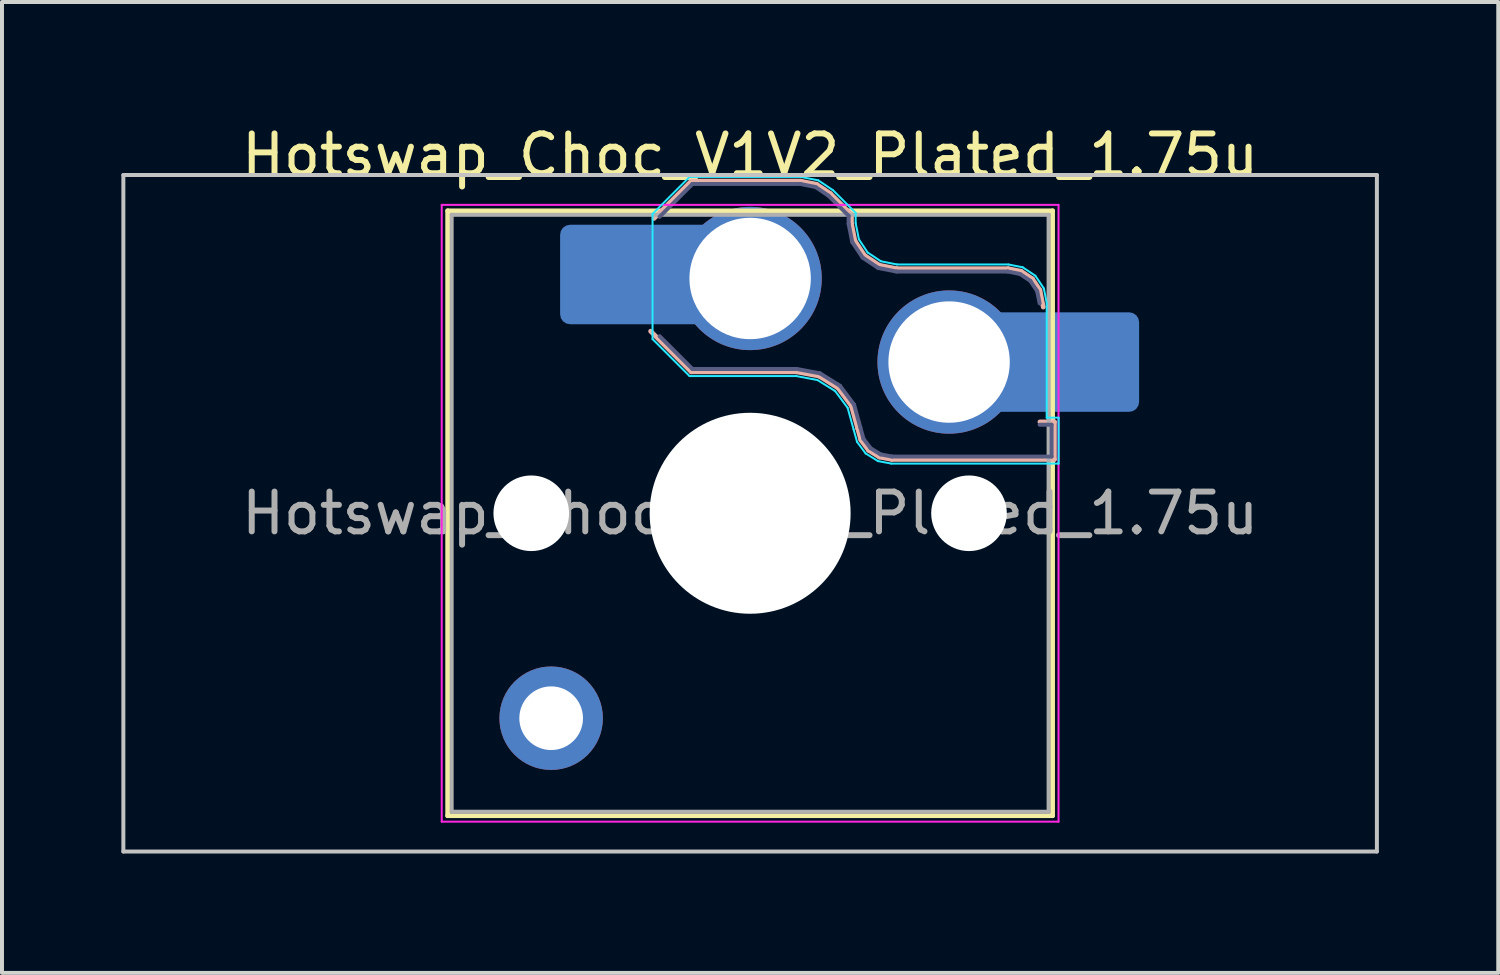
<source format=kicad_pcb>
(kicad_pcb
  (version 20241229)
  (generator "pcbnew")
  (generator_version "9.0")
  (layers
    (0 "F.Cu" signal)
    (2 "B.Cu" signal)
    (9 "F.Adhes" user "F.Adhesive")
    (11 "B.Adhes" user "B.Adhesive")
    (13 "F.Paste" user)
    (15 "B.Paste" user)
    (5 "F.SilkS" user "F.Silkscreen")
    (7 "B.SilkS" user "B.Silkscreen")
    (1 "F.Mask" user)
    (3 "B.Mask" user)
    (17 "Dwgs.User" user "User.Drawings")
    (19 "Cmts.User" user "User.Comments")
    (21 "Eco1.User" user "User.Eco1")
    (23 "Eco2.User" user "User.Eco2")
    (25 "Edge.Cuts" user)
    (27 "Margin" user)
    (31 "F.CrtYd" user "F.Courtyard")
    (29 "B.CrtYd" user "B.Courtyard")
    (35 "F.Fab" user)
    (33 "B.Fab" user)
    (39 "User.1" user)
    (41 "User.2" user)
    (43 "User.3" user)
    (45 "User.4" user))
  (footprint "Hotswap_Choc_V1V2_Plated_1.75u"
    (layer "F.Cu")
    (at 15.8 9.848)
    (property "Reference" "Hotswap_Choc_V1V2_Plated_1.75u" (at 0 -9 0) (layer "F.SilkS") (effects (font (size 1 1) (thickness 0.15))))
    (attr smd allow_soldermask_bridges)
    (fp_line (start -7.6 -7.6) (end -7.6 7.6) (stroke (width 0.12) (type solid)) (layer "F.SilkS"))
    (fp_line (start -7.6 7.6) (end 7.6 7.6) (stroke (width 0.12) (type solid)) (layer "F.SilkS"))
    (fp_line (start 7.6 -7.6) (end -7.6 -7.6) (stroke (width 0.12) (type solid)) (layer "F.SilkS"))
    (fp_line (start 7.6 7.6) (end 7.6 -7.6) (stroke (width 0.12) (type solid)) (layer "F.SilkS"))
    (fp_line (start -2.416 -7.409) (end -1.479 -8.346) (stroke (width 0.12) (type solid)) (layer "B.SilkS"))
    (fp_line (start -1.479 -8.346) (end 1.268 -8.346) (stroke (width 0.12) (type solid)) (layer "B.SilkS"))
    (fp_line (start -1.479 -3.554) (end -2.5 -4.575) (stroke (width 0.12) (type solid)) (layer "B.SilkS"))
    (fp_line (start 1.168 -3.554) (end -1.479 -3.554) (stroke (width 0.12) (type solid)) (layer "B.SilkS"))
    (fp_line (start 1.268 -8.346) (end 1.671 -8.266) (stroke (width 0.12) (type solid)) (layer "B.SilkS"))
    (fp_line (start 1.671 -8.266) (end 2.013 -8.037) (stroke (width 0.12) (type solid)) (layer "B.SilkS"))
    (fp_line (start 1.73 -3.449) (end 1.168 -3.554) (stroke (width 0.12) (type solid)) (layer "B.SilkS"))
    (fp_line (start 2.013 -8.037) (end 2.546 -7.504) (stroke (width 0.12) (type solid)) (layer "B.SilkS"))
    (fp_line (start 2.209 -3.15) (end 1.73 -3.449) (stroke (width 0.12) (type solid)) (layer "B.SilkS"))
    (fp_line (start 2.546 -7.504) (end 2.546 -7.282) (stroke (width 0.12) (type solid)) (layer "B.SilkS"))
    (fp_line (start 2.546 -7.282) (end 2.633 -6.844) (stroke (width 0.12) (type solid)) (layer "B.SilkS"))
    (fp_line (start 2.547 -2.697) (end 2.209 -3.15) (stroke (width 0.12) (type solid)) (layer "B.SilkS"))
    (fp_line (start 2.633 -6.844) (end 2.877 -6.477) (stroke (width 0.12) (type solid)) (layer "B.SilkS"))
    (fp_line (start 2.701 -2.139) (end 2.547 -2.697) (stroke (width 0.12) (type solid)) (layer "B.SilkS"))
    (fp_line (start 2.783 -1.841) (end 2.701 -2.139) (stroke (width 0.12) (type solid)) (layer "B.SilkS"))
    (fp_line (start 2.877 -6.477) (end 3.244 -6.233) (stroke (width 0.12) (type solid)) (layer "B.SilkS"))
    (fp_line (start 2.976 -1.583) (end 2.783 -1.841) (stroke (width 0.12) (type solid)) (layer "B.SilkS"))
    (fp_line (start 3.244 -6.233) (end 3.682 -6.146) (stroke (width 0.12) (type solid)) (layer "B.SilkS"))
    (fp_line (start 3.25 -1.413) (end 2.976 -1.583) (stroke (width 0.12) (type solid)) (layer "B.SilkS"))
    (fp_line (start 3.56 -1.354) (end 3.25 -1.413) (stroke (width 0.12) (type solid)) (layer "B.SilkS"))
    (fp_line (start 3.682 -6.146) (end 6.482 -6.146) (stroke (width 0.12) (type solid)) (layer "B.SilkS"))
    (fp_line (start 6.482 -6.146) (end 6.809 -6.081) (stroke (width 0.12) (type solid)) (layer "B.SilkS"))
    (fp_line (start 6.809 -6.081) (end 7.092 -5.892) (stroke (width 0.12) (type solid)) (layer "B.SilkS"))
    (fp_line (start 7.092 -5.892) (end 7.281 -5.609) (stroke (width 0.12) (type solid)) (layer "B.SilkS"))
    (fp_line (start 7.281 -5.609) (end 7.366 -5.182) (stroke (width 0.12) (type solid)) (layer "B.SilkS"))
    (fp_line (start 7.283 -2.296) (end 7.646 -2.296) (stroke (width 0.12) (type solid)) (layer "B.SilkS"))
    (fp_line (start 7.646 -2.296) (end 7.646 -1.354) (stroke (width 0.12) (type solid)) (layer "B.SilkS"))
    (fp_line (start 7.646 -1.354) (end 3.56 -1.354) (stroke (width 0.12) (type solid)) (layer "B.SilkS"))
    (fp_line (start -15.75 -8.5) (end -15.75 8.5) (stroke (width 0.1) (type solid)) (layer "Dwgs.User"))
    (fp_line (start -15.75 8.5) (end 15.75 8.5) (stroke (width 0.1) (type solid)) (layer "Dwgs.User"))
    (fp_line (start 15.75 -8.5) (end -15.75 -8.5) (stroke (width 0.1) (type solid)) (layer "Dwgs.User"))
    (fp_line (start 15.75 8.5) (end 15.75 -8.5) (stroke (width 0.1) (type solid)) (layer "Dwgs.User"))
    (fp_line (start -7.25 -7.25) (end -7.25 7.25) (stroke (width 0.1) (type solid)) (layer "Eco1.User"))
    (fp_line (start -7.25 7.25) (end 7.25 7.25) (stroke (width 0.1) (type solid)) (layer "Eco1.User"))
    (fp_line (start 7.25 -7.25) (end -7.25 -7.25) (stroke (width 0.1) (type solid)) (layer "Eco1.User"))
    (fp_line (start 7.25 7.25) (end 7.25 -7.25) (stroke (width 0.1) (type solid)) (layer "Eco1.User"))
    (fp_line (start -2.452 -7.523) (end -1.523 -8.452) (stroke (width 0.05) (type solid)) (layer "B.CrtYd"))
    (fp_line (start -2.452 -4.377) (end -2.452 -7.523) (stroke (width 0.05) (type solid)) (layer "B.CrtYd"))
    (fp_line (start -1.523 -8.452) (end 1.278 -8.452) (stroke (width 0.05) (type solid)) (layer "B.CrtYd"))
    (fp_line (start -1.523 -3.448) (end -2.452 -4.377) (stroke (width 0.05) (type solid)) (layer "B.CrtYd"))
    (fp_line (start 1.159 -3.448) (end -1.523 -3.448) (stroke (width 0.05) (type solid)) (layer "B.CrtYd"))
    (fp_line (start 1.278 -8.452) (end 1.712 -8.366) (stroke (width 0.05) (type solid)) (layer "B.CrtYd"))
    (fp_line (start 1.691 -3.348) (end 1.159 -3.448) (stroke (width 0.05) (type solid)) (layer "B.CrtYd"))
    (fp_line (start 1.712 -8.366) (end 2.081 -8.119) (stroke (width 0.05) (type solid)) (layer "B.CrtYd"))
    (fp_line (start 2.081 -8.119) (end 2.652 -7.548) (stroke (width 0.05) (type solid)) (layer "B.CrtYd"))
    (fp_line (start 2.136 -3.071) (end 1.691 -3.348) (stroke (width 0.05) (type solid)) (layer "B.CrtYd"))
    (fp_line (start 2.45 -2.65) (end 2.136 -3.071) (stroke (width 0.05) (type solid)) (layer "B.CrtYd"))
    (fp_line (start 2.599 -2.111) (end 2.45 -2.65) (stroke (width 0.05) (type solid)) (layer "B.CrtYd"))
    (fp_line (start 2.652 -7.548) (end 2.652 -7.292) (stroke (width 0.05) (type solid)) (layer "B.CrtYd"))
    (fp_line (start 2.652 -7.292) (end 2.733 -6.885) (stroke (width 0.05) (type solid)) (layer "B.CrtYd"))
    (fp_line (start 2.687 -1.794) (end 2.599 -2.111) (stroke (width 0.05) (type solid)) (layer "B.CrtYd"))
    (fp_line (start 2.733 -6.885) (end 2.953 -6.553) (stroke (width 0.05) (type solid)) (layer "B.CrtYd"))
    (fp_line (start 2.903 -1.503) (end 2.687 -1.794) (stroke (width 0.05) (type solid)) (layer "B.CrtYd"))
    (fp_line (start 2.953 -6.553) (end 3.285 -6.333) (stroke (width 0.05) (type solid)) (layer "B.CrtYd"))
    (fp_line (start 3.211 -1.312) (end 2.903 -1.503) (stroke (width 0.05) (type solid)) (layer "B.CrtYd"))
    (fp_line (start 3.285 -6.333) (end 3.692 -6.252) (stroke (width 0.05) (type solid)) (layer "B.CrtYd"))
    (fp_line (start 3.55 -1.248) (end 3.211 -1.312) (stroke (width 0.05) (type solid)) (layer "B.CrtYd"))
    (fp_line (start 3.692 -6.252) (end 6.492 -6.252) (stroke (width 0.05) (type solid)) (layer "B.CrtYd"))
    (fp_line (start 6.492 -6.252) (end 6.85 -6.181) (stroke (width 0.05) (type solid)) (layer "B.CrtYd"))
    (fp_line (start 6.85 -6.181) (end 7.168 -5.968) (stroke (width 0.05) (type solid)) (layer "B.CrtYd"))
    (fp_line (start 7.168 -5.968) (end 7.381 -5.65) (stroke (width 0.05) (type solid)) (layer "B.CrtYd"))
    (fp_line (start 7.381 -5.65) (end 7.452 -5.292) (stroke (width 0.05) (type solid)) (layer "B.CrtYd"))
    (fp_line (start 7.452 -5.292) (end 7.452 -2.402) (stroke (width 0.05) (type solid)) (layer "B.CrtYd"))
    (fp_line (start 7.452 -2.402) (end 7.752 -2.402) (stroke (width 0.05) (type solid)) (layer "B.CrtYd"))
    (fp_line (start 7.752 -2.402) (end 7.752 -1.248) (stroke (width 0.05) (type solid)) (layer "B.CrtYd"))
    (fp_line (start 7.752 -1.248) (end 3.55 -1.248) (stroke (width 0.05) (type solid)) (layer "B.CrtYd"))
    (fp_line (start -7.75 -7.75) (end -7.75 7.75) (stroke (width 0.05) (type solid)) (layer "F.CrtYd"))
    (fp_line (start -7.75 7.75) (end 7.75 7.75) (stroke (width 0.05) (type solid)) (layer "F.CrtYd"))
    (fp_line (start 7.75 -7.75) (end -7.75 -7.75) (stroke (width 0.05) (type solid)) (layer "F.CrtYd"))
    (fp_line (start 7.75 7.75) (end 7.75 -7.75) (stroke (width 0.05) (type solid)) (layer "F.CrtYd"))
    (fp_line (start -2.275 -7.45) (end -1.45 -8.275) (stroke (width 0.1) (type solid)) (layer "B.Fab"))
    (fp_line (start -1.45 -8.275) (end 1.261 -8.275) (stroke (width 0.1) (type solid)) (layer "B.Fab"))
    (fp_line (start -1.45 -3.625) (end -2.275 -4.45) (stroke (width 0.1) (type solid)) (layer "B.Fab"))
    (fp_line (start 1.175 -3.625) (end -1.45 -3.625) (stroke (width 0.1) (type solid)) (layer "B.Fab"))
    (fp_line (start 1.261 -8.275) (end 1.643 -8.199) (stroke (width 0.1) (type solid)) (layer "B.Fab"))
    (fp_line (start 1.643 -8.199) (end 1.968 -7.982) (stroke (width 0.1) (type solid)) (layer "B.Fab"))
    (fp_line (start 1.756 -3.516) (end 1.175 -3.625) (stroke (width 0.1) (type solid)) (layer "B.Fab"))
    (fp_line (start 1.968 -7.982) (end 2.475 -7.475) (stroke (width 0.1) (type solid)) (layer "B.Fab"))
    (fp_line (start 2.258 -3.203) (end 1.756 -3.516) (stroke (width 0.1) (type solid)) (layer "B.Fab"))
    (fp_line (start 2.475 -7.475) (end 2.475 -7.275) (stroke (width 0.1) (type solid)) (layer "B.Fab"))
    (fp_line (start 2.475 -7.275) (end 2.566 -6.816) (stroke (width 0.1) (type solid)) (layer "B.Fab"))
    (fp_line (start 2.566 -6.816) (end 2.826 -6.426) (stroke (width 0.1) (type solid)) (layer "B.Fab"))
    (fp_line (start 2.612 -2.729) (end 2.258 -3.203) (stroke (width 0.1) (type solid)) (layer "B.Fab"))
    (fp_line (start 2.769 -2.158) (end 2.612 -2.729) (stroke (width 0.1) (type solid)) (layer "B.Fab"))
    (fp_line (start 2.826 -6.426) (end 3.216 -6.166) (stroke (width 0.1) (type solid)) (layer "B.Fab"))
    (fp_line (start 2.848 -1.873) (end 2.769 -2.158) (stroke (width 0.1) (type solid)) (layer "B.Fab"))
    (fp_line (start 3.025 -1.636) (end 2.848 -1.873) (stroke (width 0.1) (type solid)) (layer "B.Fab"))
    (fp_line (start 3.216 -6.166) (end 3.675 -6.075) (stroke (width 0.1) (type solid)) (layer "B.Fab"))
    (fp_line (start 3.276 -1.48) (end 3.025 -1.636) (stroke (width 0.1) (type solid)) (layer "B.Fab"))
    (fp_line (start 3.567 -1.425) (end 3.276 -1.48) (stroke (width 0.1) (type solid)) (layer "B.Fab"))
    (fp_line (start 3.675 -6.075) (end 6.475 -6.075) (stroke (width 0.1) (type solid)) (layer "B.Fab"))
    (fp_line (start 6.475 -6.075) (end 6.781 -6.014) (stroke (width 0.1) (type solid)) (layer "B.Fab"))
    (fp_line (start 6.781 -6.014) (end 7.041 -5.841) (stroke (width 0.1) (type solid)) (layer "B.Fab"))
    (fp_line (start 7.041 -5.841) (end 7.214 -5.581) (stroke (width 0.1) (type solid)) (layer "B.Fab"))
    (fp_line (start 7.214 -5.581) (end 7.275 -5.275) (stroke (width 0.1) (type solid)) (layer "B.Fab"))
    (fp_line (start 7.275 -2.225) (end 7.575 -2.225) (stroke (width 0.1) (type solid)) (layer "B.Fab"))
    (fp_line (start 7.575 -2.225) (end 7.575 -1.425) (stroke (width 0.1) (type solid)) (layer "B.Fab"))
    (fp_line (start 7.575 -1.425) (end 3.567 -1.425) (stroke (width 0.1) (type solid)) (layer "B.Fab"))
    (fp_line (start -7.5 -7.5) (end -7.5 7.5) (stroke (width 0.1) (type solid)) (layer "F.Fab"))
    (fp_line (start -7.5 7.5) (end 7.5 7.5) (stroke (width 0.1) (type solid)) (layer "F.Fab"))
    (fp_line (start 7.5 -7.5) (end -7.5 -7.5) (stroke (width 0.1) (type solid)) (layer "F.Fab"))
    (fp_line (start 7.5 7.5) (end 7.5 -7.5) (stroke (width 0.1) (type solid)) (layer "F.Fab"))
    (fp_text user "${REFERENCE}" (at 0 0 0) (layer "F.Fab") (effects (font (size 1 1) (thickness 0.15))))
    (pad "" np_thru_hole circle (at -5.5 0) (size 1.9 1.9) (drill 1.9) (layers "*.Cu" "*.Mask"))
    (pad "" thru_hole circle (at -5 5.15) (size 2.6 2.6) (drill 1.6) (layers "*.Cu" "*.Mask"))
    (pad "" smd roundrect (at -3.5 -6) (size 2.55 2.5) (layers "B.Mask" "B.Paste") (roundrect_rratio 0.1))
    (pad "" np_thru_hole circle (at 0 0) (size 5.05 5.05) (drill 5.05) (layers "*.Cu" "*.Mask"))
    (pad "" np_thru_hole circle (at 5.5 0) (size 1.9 1.9) (drill 1.9) (layers "*.Cu" "*.Mask"))
    (pad "" smd roundrect (at 8.5 -3.8) (size 2.55 2.5) (layers "B.Mask" "B.Paste") (roundrect_rratio 0.1))
    (pad "1" smd roundrect (at -2.85 -6) (size 3.85 2.5) (layers "B.Cu") (roundrect_rratio 0.1))
    (pad "1" thru_hole circle (at 0 -5.9) (size 3.6 3.6) (drill 3.05) (layers "*.Cu" "*.Mask"))
    (pad "2" thru_hole circle (at 5 -3.8) (size 3.6 3.6) (drill 3.05) (layers "*.Cu" "*.Mask"))
    (pad "2" smd roundrect (at 7.85 -3.8) (size 3.85 2.5) (layers "B.Cu") (roundrect_rratio 0.1)))
  (gr_rect
    (start -3 -3)
    (end 34.6 21.398)
    (stroke (width 0.1) (type default))
    (fill no)
    (layer "Edge.Cuts")))
</source>
